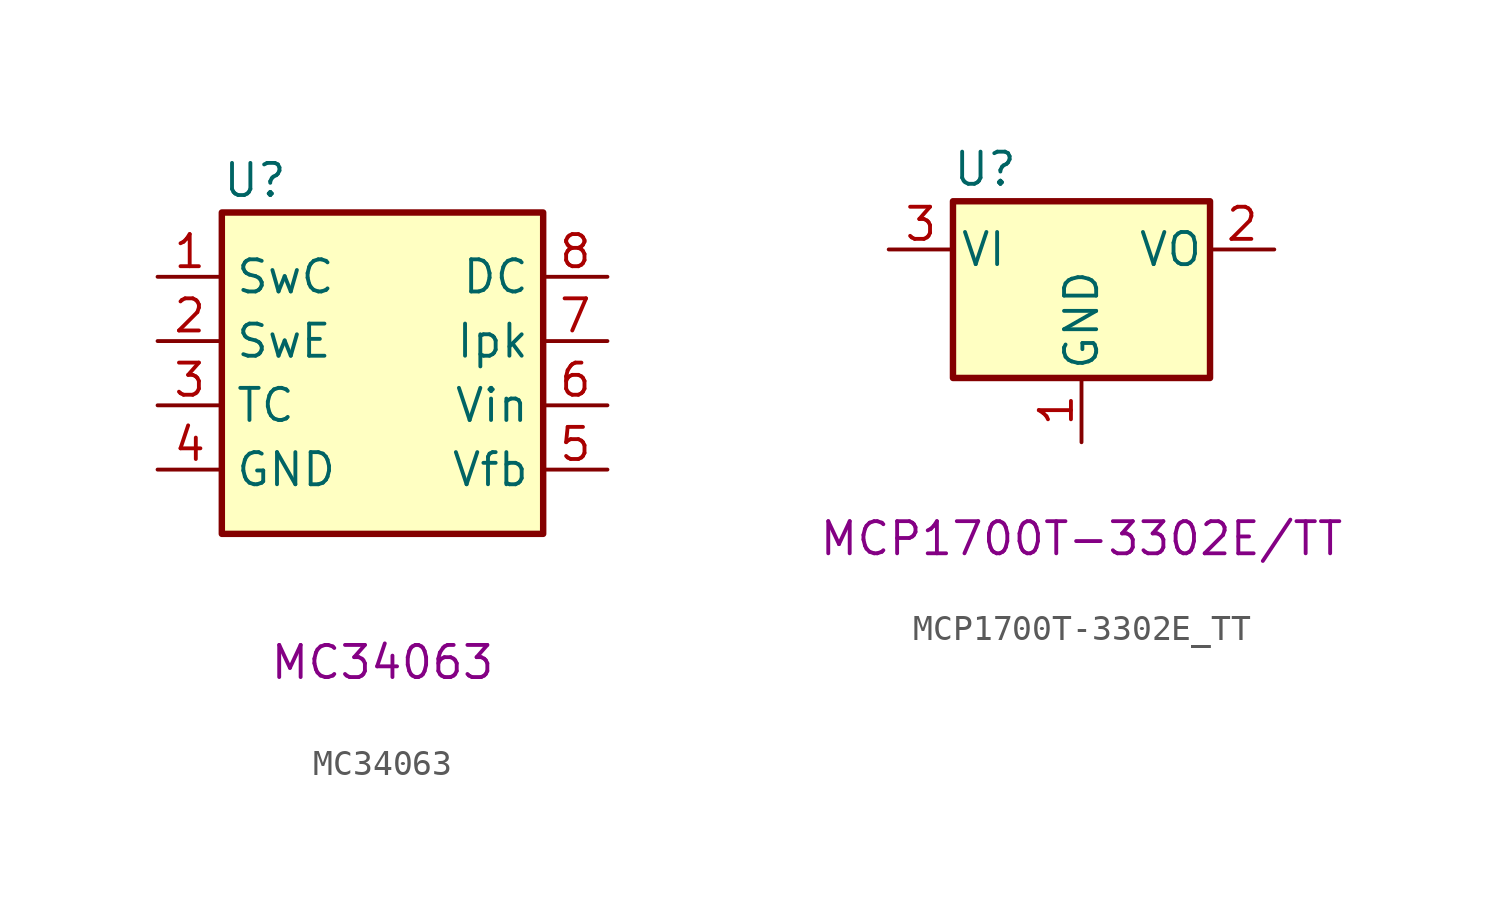
<source format=kicad_sym>
(kicad_symbol_lib
  (version 20211014)
  (generator kicad_symbol_editor)
  (symbol "MC34063"
    (property "Reference" "U"
      (at 0 1.27 0)
      (effects (font (size 1.27 1.27)) (justify left)))
    (property "Comment" "MC34063"
      (at 6.35 -17.78 0)
      (effects (font (size 1.27 1.27))))
    (symbol "MC34063_0_1"
      (rectangle (start 0 0) (end 12.7 -12.7) (stroke (width 0.254) (type default) (color 0 0 0 0)) (fill (type background))))
    (symbol "MC34063_1_1"
      (pin open_collector line (at -2.54 -2.54 0) (length 2.54) (name "SwC" (effects (font (size 1.27 1.27)))) (number "1" (effects (font (size 1.27 1.27)))))
      (pin open_emitter line (at -2.54 -5.08 0) (length 2.54) (name "SwE" (effects (font (size 1.27 1.27)))) (number "2" (effects (font (size 1.27 1.27)))))
      (pin passive line (at -2.54 -7.62 0) (length 2.54) (name "TC" (effects (font (size 1.27 1.27)))) (number "3" (effects (font (size 1.27 1.27)))))
      (pin power_in line (at -2.54 -10.16 0) (length 2.54) (name "GND" (effects (font (size 1.27 1.27)))) (number "4" (effects (font (size 1.27 1.27)))))
      (pin input line (at 15.24 -10.16 180) (length 2.54) (name "Vfb" (effects (font (size 1.27 1.27)))) (number "5" (effects (font (size 1.27 1.27)))))
      (pin power_in line (at 15.24 -7.62 180) (length 2.54) (name "Vin" (effects (font (size 1.27 1.27)))) (number "6" (effects (font (size 1.27 1.27)))))
      (pin input line (at 15.24 -5.08 180) (length 2.54) (name "Ipk" (effects (font (size 1.27 1.27)))) (number "7" (effects (font (size 1.27 1.27)))))
      (pin open_collector line (at 15.24 -2.54 180) (length 2.54) (name "DC" (effects (font (size 1.27 1.27)))) (number "8" (effects (font (size 1.27 1.27)))))))
  (symbol "MCP1700T-3302E_TT"
    (pin_names
      (offset 0.254))
    (property "Reference" "U"
      (at -3.81 3.175 0)
      (effects (font (size 1.27 1.27))))
    (property "Comment" "MCP1700T-3302E/TT"
      (at 0 -11.43 0)
      (effects (font (size 1.27 1.27))))
    (symbol "MCP1700T-3302E_TT_0_1"
      (rectangle (start -5.08 1.905) (end 5.08 -5.08) (stroke (width 0.254) (type default) (color 0 0 0 0)) (fill (type background))))
    (symbol "MCP1700T-3302E_TT_1_1"
      (pin power_in line (at 0 -7.62 90) (length 2.54) (name "GND" (effects (font (size 1.27 1.27)))) (number "1" (effects (font (size 1.27 1.27)))))
      (pin power_out line (at 7.62 0 180) (length 2.54) (name "VO" (effects (font (size 1.27 1.27)))) (number "2" (effects (font (size 1.27 1.27)))))
      (pin power_in line (at -7.62 0 0) (length 2.54) (name "VI" (effects (font (size 1.27 1.27)))) (number "3" (effects (font (size 1.27 1.27))))))))
</source>
